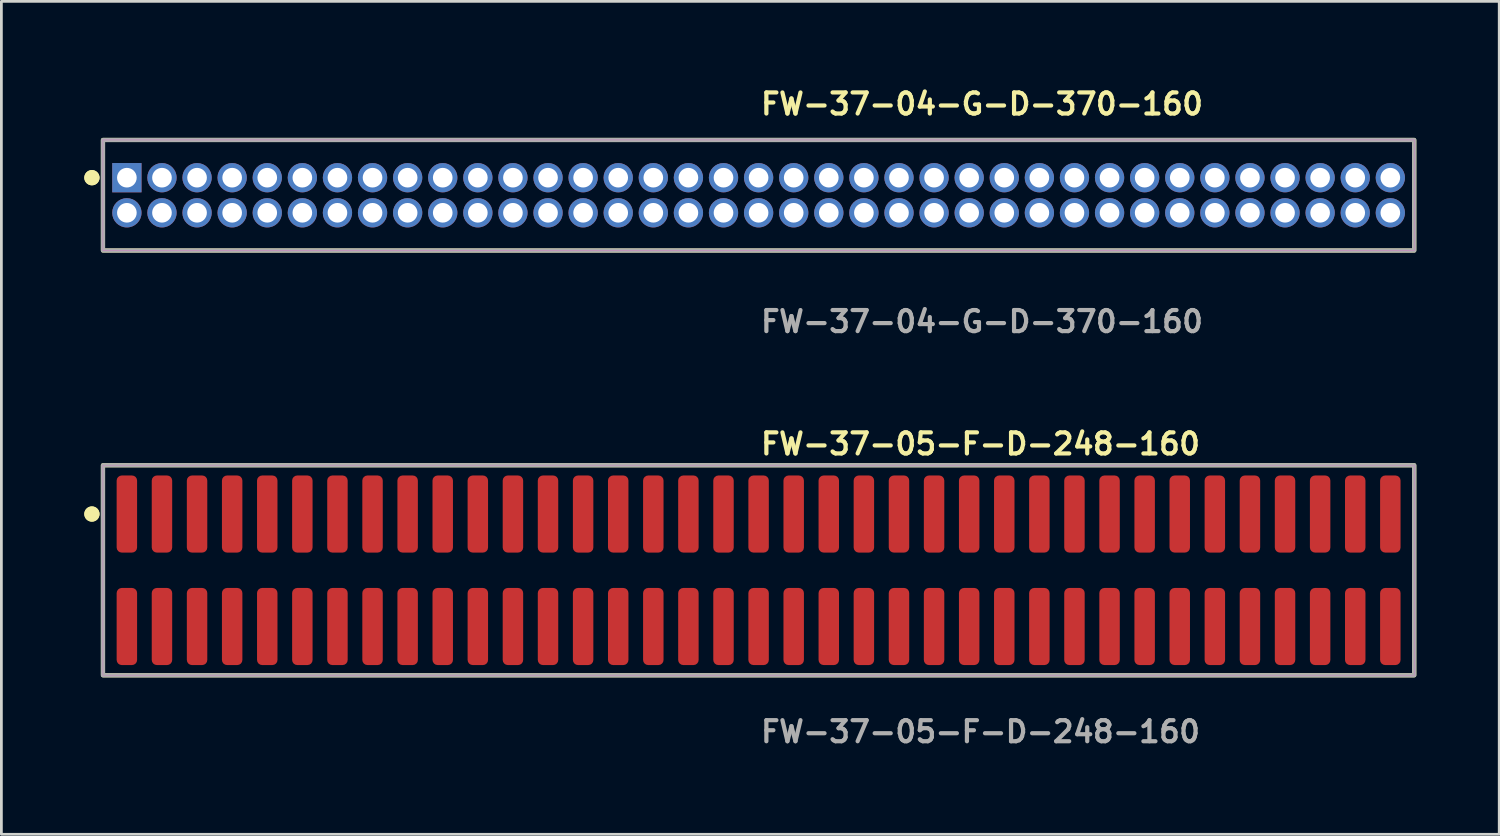
<source format=kicad_pcb>
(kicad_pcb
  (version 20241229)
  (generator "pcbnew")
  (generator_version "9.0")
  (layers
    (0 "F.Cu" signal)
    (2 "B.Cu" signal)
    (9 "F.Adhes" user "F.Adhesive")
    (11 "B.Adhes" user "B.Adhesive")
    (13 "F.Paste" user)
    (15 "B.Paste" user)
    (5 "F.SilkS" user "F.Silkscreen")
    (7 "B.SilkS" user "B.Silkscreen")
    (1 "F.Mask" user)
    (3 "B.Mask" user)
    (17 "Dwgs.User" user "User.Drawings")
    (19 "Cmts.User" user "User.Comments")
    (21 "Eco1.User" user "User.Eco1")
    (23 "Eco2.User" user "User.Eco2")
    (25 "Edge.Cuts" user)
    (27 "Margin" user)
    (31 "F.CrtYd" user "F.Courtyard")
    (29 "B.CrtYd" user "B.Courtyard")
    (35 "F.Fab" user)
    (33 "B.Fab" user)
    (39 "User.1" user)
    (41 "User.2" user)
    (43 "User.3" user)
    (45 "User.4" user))
  (footprint "FW-37-05-F-D-248-160"
    (layer "F.Cu")
    (at 24.401 17.586)
    (property "Reference" "FW-37-05-F-D-248-160" (at 0 -4.572 0) (unlocked yes) (layer "F.SilkS") (effects (font (size 0.762 0.762) (thickness 0.152)) (justify left)))
    (fp_rect (start -23.725 3.8) (end 23.725 -3.8) (stroke (width 0.152) (type solid)) (fill no) (layer "F.SilkS"))
    (fp_circle (center -24.125 -2.035) (end -24.325 -2.035) (stroke (width 0.152) (type solid)) (fill yes) (layer "F.SilkS"))
    (fp_circle (center -24.125 -2.035) (end -24.325 -2.035) (stroke (width 0.152) (type solid)) (fill yes) (layer "F.SilkS"))
    (fp_rect (start -23.725 3.8) (end 23.725 -3.8) (stroke (width 0.006) (type solid)) (fill no) (layer "F.CrtYd"))
    (fp_rect (start -23.725 3.8) (end 23.725 -3.8) (stroke (width 0.152) (type solid)) (fill no) (layer "F.Fab"))
    (fp_text user "${REFERENCE}" (at 0 5.842 0) (unlocked yes) (layer "F.Fab") (effects (font (size 0.762 0.762) (thickness 0.152)) (justify left)))
    (pad "1" smd roundrect (at -22.86 -2.035) (size 0.74 2.79) (layers "F.Cu" "F.Paste") (roundrect_rratio 0.25))
    (pad "2" smd roundrect (at -22.86 2.035) (size 0.74 2.79) (layers "F.Cu" "F.Paste") (roundrect_rratio 0.25))
    (pad "3" smd roundrect (at -21.59 -2.035) (size 0.74 2.79) (layers "F.Cu" "F.Paste") (roundrect_rratio 0.25))
    (pad "4" smd roundrect (at -21.59 2.035) (size 0.74 2.79) (layers "F.Cu" "F.Paste") (roundrect_rratio 0.25))
    (pad "5" smd roundrect (at -20.32 -2.035) (size 0.74 2.79) (layers "F.Cu" "F.Paste") (roundrect_rratio 0.25))
    (pad "6" smd roundrect (at -20.32 2.035) (size 0.74 2.79) (layers "F.Cu" "F.Paste") (roundrect_rratio 0.25))
    (pad "7" smd roundrect (at -19.05 -2.035) (size 0.74 2.79) (layers "F.Cu" "F.Paste") (roundrect_rratio 0.25))
    (pad "8" smd roundrect (at -19.05 2.035) (size 0.74 2.79) (layers "F.Cu" "F.Paste") (roundrect_rratio 0.25))
    (pad "9" smd roundrect (at -17.78 -2.035) (size 0.74 2.79) (layers "F.Cu" "F.Paste") (roundrect_rratio 0.25))
    (pad "10" smd roundrect (at -17.78 2.035) (size 0.74 2.79) (layers "F.Cu" "F.Paste") (roundrect_rratio 0.25))
    (pad "11" smd roundrect (at -16.51 -2.035) (size 0.74 2.79) (layers "F.Cu" "F.Paste") (roundrect_rratio 0.25))
    (pad "12" smd roundrect (at -16.51 2.035) (size 0.74 2.79) (layers "F.Cu" "F.Paste") (roundrect_rratio 0.25))
    (pad "13" smd roundrect (at -15.24 -2.035) (size 0.74 2.79) (layers "F.Cu" "F.Paste") (roundrect_rratio 0.25))
    (pad "14" smd roundrect (at -15.24 2.035) (size 0.74 2.79) (layers "F.Cu" "F.Paste") (roundrect_rratio 0.25))
    (pad "15" smd roundrect (at -13.97 -2.035) (size 0.74 2.79) (layers "F.Cu" "F.Paste") (roundrect_rratio 0.25))
    (pad "16" smd roundrect (at -13.97 2.035) (size 0.74 2.79) (layers "F.Cu" "F.Paste") (roundrect_rratio 0.25))
    (pad "17" smd roundrect (at -12.7 -2.035) (size 0.74 2.79) (layers "F.Cu" "F.Paste") (roundrect_rratio 0.25))
    (pad "18" smd roundrect (at -12.7 2.035) (size 0.74 2.79) (layers "F.Cu" "F.Paste") (roundrect_rratio 0.25))
    (pad "19" smd roundrect (at -11.43 -2.035) (size 0.74 2.79) (layers "F.Cu" "F.Paste") (roundrect_rratio 0.25))
    (pad "20" smd roundrect (at -11.43 2.035) (size 0.74 2.79) (layers "F.Cu" "F.Paste") (roundrect_rratio 0.25))
    (pad "21" smd roundrect (at -10.16 -2.035) (size 0.74 2.79) (layers "F.Cu" "F.Paste") (roundrect_rratio 0.25))
    (pad "22" smd roundrect (at -10.16 2.035) (size 0.74 2.79) (layers "F.Cu" "F.Paste") (roundrect_rratio 0.25))
    (pad "23" smd roundrect (at -8.89 -2.035) (size 0.74 2.79) (layers "F.Cu" "F.Paste") (roundrect_rratio 0.25))
    (pad "24" smd roundrect (at -8.89 2.035) (size 0.74 2.79) (layers "F.Cu" "F.Paste") (roundrect_rratio 0.25))
    (pad "25" smd roundrect (at -7.62 -2.035) (size 0.74 2.79) (layers "F.Cu" "F.Paste") (roundrect_rratio 0.25))
    (pad "26" smd roundrect (at -7.62 2.035) (size 0.74 2.79) (layers "F.Cu" "F.Paste") (roundrect_rratio 0.25))
    (pad "27" smd roundrect (at -6.35 -2.035) (size 0.74 2.79) (layers "F.Cu" "F.Paste") (roundrect_rratio 0.25))
    (pad "28" smd roundrect (at -6.35 2.035) (size 0.74 2.79) (layers "F.Cu" "F.Paste") (roundrect_rratio 0.25))
    (pad "29" smd roundrect (at -5.08 -2.035) (size 0.74 2.79) (layers "F.Cu" "F.Paste") (roundrect_rratio 0.25))
    (pad "30" smd roundrect (at -5.08 2.035) (size 0.74 2.79) (layers "F.Cu" "F.Paste") (roundrect_rratio 0.25))
    (pad "31" smd roundrect (at -3.81 -2.035) (size 0.74 2.79) (layers "F.Cu" "F.Paste") (roundrect_rratio 0.25))
    (pad "32" smd roundrect (at -3.81 2.035) (size 0.74 2.79) (layers "F.Cu" "F.Paste") (roundrect_rratio 0.25))
    (pad "33" smd roundrect (at -2.54 -2.035) (size 0.74 2.79) (layers "F.Cu" "F.Paste") (roundrect_rratio 0.25))
    (pad "34" smd roundrect (at -2.54 2.035) (size 0.74 2.79) (layers "F.Cu" "F.Paste") (roundrect_rratio 0.25))
    (pad "35" smd roundrect (at -1.27 -2.035) (size 0.74 2.79) (layers "F.Cu" "F.Paste") (roundrect_rratio 0.25))
    (pad "36" smd roundrect (at -1.27 2.035) (size 0.74 2.79) (layers "F.Cu" "F.Paste") (roundrect_rratio 0.25))
    (pad "37" smd roundrect (at 0 -2.035) (size 0.74 2.79) (layers "F.Cu" "F.Paste") (roundrect_rratio 0.25))
    (pad "38" smd roundrect (at 0 2.035) (size 0.74 2.79) (layers "F.Cu" "F.Paste") (roundrect_rratio 0.25))
    (pad "39" smd roundrect (at 1.27 -2.035) (size 0.74 2.79) (layers "F.Cu" "F.Paste") (roundrect_rratio 0.25))
    (pad "40" smd roundrect (at 1.27 2.035) (size 0.74 2.79) (layers "F.Cu" "F.Paste") (roundrect_rratio 0.25))
    (pad "41" smd roundrect (at 2.54 -2.035) (size 0.74 2.79) (layers "F.Cu" "F.Paste") (roundrect_rratio 0.25))
    (pad "42" smd roundrect (at 2.54 2.035) (size 0.74 2.79) (layers "F.Cu" "F.Paste") (roundrect_rratio 0.25))
    (pad "43" smd roundrect (at 3.81 -2.035) (size 0.74 2.79) (layers "F.Cu" "F.Paste") (roundrect_rratio 0.25))
    (pad "44" smd roundrect (at 3.81 2.035) (size 0.74 2.79) (layers "F.Cu" "F.Paste") (roundrect_rratio 0.25))
    (pad "45" smd roundrect (at 5.08 -2.035) (size 0.74 2.79) (layers "F.Cu" "F.Paste") (roundrect_rratio 0.25))
    (pad "46" smd roundrect (at 5.08 2.035) (size 0.74 2.79) (layers "F.Cu" "F.Paste") (roundrect_rratio 0.25))
    (pad "47" smd roundrect (at 6.35 -2.035) (size 0.74 2.79) (layers "F.Cu" "F.Paste") (roundrect_rratio 0.25))
    (pad "48" smd roundrect (at 6.35 2.035) (size 0.74 2.79) (layers "F.Cu" "F.Paste") (roundrect_rratio 0.25))
    (pad "49" smd roundrect (at 7.62 -2.035) (size 0.74 2.79) (layers "F.Cu" "F.Paste") (roundrect_rratio 0.25))
    (pad "50" smd roundrect (at 7.62 2.035) (size 0.74 2.79) (layers "F.Cu" "F.Paste") (roundrect_rratio 0.25))
    (pad "51" smd roundrect (at 8.89 -2.035) (size 0.74 2.79) (layers "F.Cu" "F.Paste") (roundrect_rratio 0.25))
    (pad "52" smd roundrect (at 8.89 2.035) (size 0.74 2.79) (layers "F.Cu" "F.Paste") (roundrect_rratio 0.25))
    (pad "53" smd roundrect (at 10.16 -2.035) (size 0.74 2.79) (layers "F.Cu" "F.Paste") (roundrect_rratio 0.25))
    (pad "54" smd roundrect (at 10.16 2.035) (size 0.74 2.79) (layers "F.Cu" "F.Paste") (roundrect_rratio 0.25))
    (pad "55" smd roundrect (at 11.43 -2.035) (size 0.74 2.79) (layers "F.Cu" "F.Paste") (roundrect_rratio 0.25))
    (pad "56" smd roundrect (at 11.43 2.035) (size 0.74 2.79) (layers "F.Cu" "F.Paste") (roundrect_rratio 0.25))
    (pad "57" smd roundrect (at 12.7 -2.035) (size 0.74 2.79) (layers "F.Cu" "F.Paste") (roundrect_rratio 0.25))
    (pad "58" smd roundrect (at 12.7 2.035) (size 0.74 2.79) (layers "F.Cu" "F.Paste") (roundrect_rratio 0.25))
    (pad "59" smd roundrect (at 13.97 -2.035) (size 0.74 2.79) (layers "F.Cu" "F.Paste") (roundrect_rratio 0.25))
    (pad "60" smd roundrect (at 13.97 2.035) (size 0.74 2.79) (layers "F.Cu" "F.Paste") (roundrect_rratio 0.25))
    (pad "61" smd roundrect (at 15.24 -2.035) (size 0.74 2.79) (layers "F.Cu" "F.Paste") (roundrect_rratio 0.25))
    (pad "62" smd roundrect (at 15.24 2.035) (size 0.74 2.79) (layers "F.Cu" "F.Paste") (roundrect_rratio 0.25))
    (pad "63" smd roundrect (at 16.51 -2.035) (size 0.74 2.79) (layers "F.Cu" "F.Paste") (roundrect_rratio 0.25))
    (pad "64" smd roundrect (at 16.51 2.035) (size 0.74 2.79) (layers "F.Cu" "F.Paste") (roundrect_rratio 0.25))
    (pad "65" smd roundrect (at 17.78 -2.035) (size 0.74 2.79) (layers "F.Cu" "F.Paste") (roundrect_rratio 0.25))
    (pad "66" smd roundrect (at 17.78 2.035) (size 0.74 2.79) (layers "F.Cu" "F.Paste") (roundrect_rratio 0.25))
    (pad "67" smd roundrect (at 19.05 -2.035) (size 0.74 2.79) (layers "F.Cu" "F.Paste") (roundrect_rratio 0.25))
    (pad "68" smd roundrect (at 19.05 2.035) (size 0.74 2.79) (layers "F.Cu" "F.Paste") (roundrect_rratio 0.25))
    (pad "69" smd roundrect (at 20.32 -2.035) (size 0.74 2.79) (layers "F.Cu" "F.Paste") (roundrect_rratio 0.25))
    (pad "70" smd roundrect (at 20.32 2.035) (size 0.74 2.79) (layers "F.Cu" "F.Paste") (roundrect_rratio 0.25))
    (pad "71" smd roundrect (at 21.59 -2.035) (size 0.74 2.79) (layers "F.Cu" "F.Paste") (roundrect_rratio 0.25))
    (pad "72" smd roundrect (at 21.59 2.035) (size 0.74 2.79) (layers "F.Cu" "F.Paste") (roundrect_rratio 0.25))
    (pad "73" smd roundrect (at 22.86 -2.035) (size 0.74 2.79) (layers "F.Cu" "F.Paste") (roundrect_rratio 0.25))
    (pad "74" smd roundrect (at 22.86 2.035) (size 0.74 2.79) (layers "F.Cu" "F.Paste") (roundrect_rratio 0.25)))
  (footprint "FW-37-04-G-D-370-160"
    (layer "F.Cu")
    (at 24.401 4.015)
    (property "Reference" "FW-37-04-G-D-370-160" (at 0 -3.302 0) (unlocked yes) (layer "F.SilkS") (effects (font (size 0.762 0.762) (thickness 0.152)) (justify left)))
    (fp_rect (start -23.725 2) (end 23.725 -2) (stroke (width 0.152) (type solid)) (fill no) (layer "F.SilkS"))
    (fp_circle (center -24.125 -0.635) (end -24.325 -0.635) (stroke (width 0.152) (type solid)) (fill yes) (layer "F.SilkS"))
    (fp_circle (center -24.125 -0.635) (end -24.325 -0.635) (stroke (width 0.152) (type solid)) (fill yes) (layer "F.SilkS"))
    (fp_rect (start -23.725 2) (end 23.725 -2) (stroke (width 0.006) (type solid)) (fill no) (layer "F.CrtYd"))
    (fp_rect (start -23.725 2) (end 23.725 -2) (stroke (width 0.152) (type solid)) (fill no) (layer "F.Fab"))
    (fp_text user "${REFERENCE}" (at 0 4.572 0) (unlocked yes) (layer "F.Fab") (effects (font (size 0.762 0.762) (thickness 0.152)) (justify left)))
    (pad "1" thru_hole rect (at -22.86 -0.635) (size 1.06 1.06) (drill 0.71) (layers "*.Cu" "*.Mask"))
    (pad "2" thru_hole circle (at -22.86 0.635) (size 1.06 1.06) (drill 0.71) (layers "*.Cu" "*.Mask"))
    (pad "3" thru_hole circle (at -21.59 -0.635) (size 1.06 1.06) (drill 0.71) (layers "*.Cu" "*.Mask"))
    (pad "4" thru_hole circle (at -21.59 0.635) (size 1.06 1.06) (drill 0.71) (layers "*.Cu" "*.Mask"))
    (pad "5" thru_hole circle (at -20.32 -0.635) (size 1.06 1.06) (drill 0.71) (layers "*.Cu" "*.Mask"))
    (pad "6" thru_hole circle (at -20.32 0.635) (size 1.06 1.06) (drill 0.71) (layers "*.Cu" "*.Mask"))
    (pad "7" thru_hole circle (at -19.05 -0.635) (size 1.06 1.06) (drill 0.71) (layers "*.Cu" "*.Mask"))
    (pad "8" thru_hole circle (at -19.05 0.635) (size 1.06 1.06) (drill 0.71) (layers "*.Cu" "*.Mask"))
    (pad "9" thru_hole circle (at -17.78 -0.635) (size 1.06 1.06) (drill 0.71) (layers "*.Cu" "*.Mask"))
    (pad "10" thru_hole circle (at -17.78 0.635) (size 1.06 1.06) (drill 0.71) (layers "*.Cu" "*.Mask"))
    (pad "11" thru_hole circle (at -16.51 -0.635) (size 1.06 1.06) (drill 0.71) (layers "*.Cu" "*.Mask"))
    (pad "12" thru_hole circle (at -16.51 0.635) (size 1.06 1.06) (drill 0.71) (layers "*.Cu" "*.Mask"))
    (pad "13" thru_hole circle (at -15.24 -0.635) (size 1.06 1.06) (drill 0.71) (layers "*.Cu" "*.Mask"))
    (pad "14" thru_hole circle (at -15.24 0.635) (size 1.06 1.06) (drill 0.71) (layers "*.Cu" "*.Mask"))
    (pad "15" thru_hole circle (at -13.97 -0.635) (size 1.06 1.06) (drill 0.71) (layers "*.Cu" "*.Mask"))
    (pad "16" thru_hole circle (at -13.97 0.635) (size 1.06 1.06) (drill 0.71) (layers "*.Cu" "*.Mask"))
    (pad "17" thru_hole circle (at -12.7 -0.635) (size 1.06 1.06) (drill 0.71) (layers "*.Cu" "*.Mask"))
    (pad "18" thru_hole circle (at -12.7 0.635) (size 1.06 1.06) (drill 0.71) (layers "*.Cu" "*.Mask"))
    (pad "19" thru_hole circle (at -11.43 -0.635) (size 1.06 1.06) (drill 0.71) (layers "*.Cu" "*.Mask"))
    (pad "20" thru_hole circle (at -11.43 0.635) (size 1.06 1.06) (drill 0.71) (layers "*.Cu" "*.Mask"))
    (pad "21" thru_hole circle (at -10.16 -0.635) (size 1.06 1.06) (drill 0.71) (layers "*.Cu" "*.Mask"))
    (pad "22" thru_hole circle (at -10.16 0.635) (size 1.06 1.06) (drill 0.71) (layers "*.Cu" "*.Mask"))
    (pad "23" thru_hole circle (at -8.89 -0.635) (size 1.06 1.06) (drill 0.71) (layers "*.Cu" "*.Mask"))
    (pad "24" thru_hole circle (at -8.89 0.635) (size 1.06 1.06) (drill 0.71) (layers "*.Cu" "*.Mask"))
    (pad "25" thru_hole circle (at -7.62 -0.635) (size 1.06 1.06) (drill 0.71) (layers "*.Cu" "*.Mask"))
    (pad "26" thru_hole circle (at -7.62 0.635) (size 1.06 1.06) (drill 0.71) (layers "*.Cu" "*.Mask"))
    (pad "27" thru_hole circle (at -6.35 -0.635) (size 1.06 1.06) (drill 0.71) (layers "*.Cu" "*.Mask"))
    (pad "28" thru_hole circle (at -6.35 0.635) (size 1.06 1.06) (drill 0.71) (layers "*.Cu" "*.Mask"))
    (pad "29" thru_hole circle (at -5.08 -0.635) (size 1.06 1.06) (drill 0.71) (layers "*.Cu" "*.Mask"))
    (pad "30" thru_hole circle (at -5.08 0.635) (size 1.06 1.06) (drill 0.71) (layers "*.Cu" "*.Mask"))
    (pad "31" thru_hole circle (at -3.81 -0.635) (size 1.06 1.06) (drill 0.71) (layers "*.Cu" "*.Mask"))
    (pad "32" thru_hole circle (at -3.81 0.635) (size 1.06 1.06) (drill 0.71) (layers "*.Cu" "*.Mask"))
    (pad "33" thru_hole circle (at -2.54 -0.635) (size 1.06 1.06) (drill 0.71) (layers "*.Cu" "*.Mask"))
    (pad "34" thru_hole circle (at -2.54 0.635) (size 1.06 1.06) (drill 0.71) (layers "*.Cu" "*.Mask"))
    (pad "35" thru_hole circle (at -1.27 -0.635) (size 1.06 1.06) (drill 0.71) (layers "*.Cu" "*.Mask"))
    (pad "36" thru_hole circle (at -1.27 0.635) (size 1.06 1.06) (drill 0.71) (layers "*.Cu" "*.Mask"))
    (pad "37" thru_hole circle (at 0 -0.635) (size 1.06 1.06) (drill 0.71) (layers "*.Cu" "*.Mask"))
    (pad "38" thru_hole circle (at 0 0.635) (size 1.06 1.06) (drill 0.71) (layers "*.Cu" "*.Mask"))
    (pad "39" thru_hole circle (at 1.27 -0.635) (size 1.06 1.06) (drill 0.71) (layers "*.Cu" "*.Mask"))
    (pad "40" thru_hole circle (at 1.27 0.635) (size 1.06 1.06) (drill 0.71) (layers "*.Cu" "*.Mask"))
    (pad "41" thru_hole circle (at 2.54 -0.635) (size 1.06 1.06) (drill 0.71) (layers "*.Cu" "*.Mask"))
    (pad "42" thru_hole circle (at 2.54 0.635) (size 1.06 1.06) (drill 0.71) (layers "*.Cu" "*.Mask"))
    (pad "43" thru_hole circle (at 3.81 -0.635) (size 1.06 1.06) (drill 0.71) (layers "*.Cu" "*.Mask"))
    (pad "44" thru_hole circle (at 3.81 0.635) (size 1.06 1.06) (drill 0.71) (layers "*.Cu" "*.Mask"))
    (pad "45" thru_hole circle (at 5.08 -0.635) (size 1.06 1.06) (drill 0.71) (layers "*.Cu" "*.Mask"))
    (pad "46" thru_hole circle (at 5.08 0.635) (size 1.06 1.06) (drill 0.71) (layers "*.Cu" "*.Mask"))
    (pad "47" thru_hole circle (at 6.35 -0.635) (size 1.06 1.06) (drill 0.71) (layers "*.Cu" "*.Mask"))
    (pad "48" thru_hole circle (at 6.35 0.635) (size 1.06 1.06) (drill 0.71) (layers "*.Cu" "*.Mask"))
    (pad "49" thru_hole circle (at 7.62 -0.635) (size 1.06 1.06) (drill 0.71) (layers "*.Cu" "*.Mask"))
    (pad "50" thru_hole circle (at 7.62 0.635) (size 1.06 1.06) (drill 0.71) (layers "*.Cu" "*.Mask"))
    (pad "51" thru_hole circle (at 8.89 -0.635) (size 1.06 1.06) (drill 0.71) (layers "*.Cu" "*.Mask"))
    (pad "52" thru_hole circle (at 8.89 0.635) (size 1.06 1.06) (drill 0.71) (layers "*.Cu" "*.Mask"))
    (pad "53" thru_hole circle (at 10.16 -0.635) (size 1.06 1.06) (drill 0.71) (layers "*.Cu" "*.Mask"))
    (pad "54" thru_hole circle (at 10.16 0.635) (size 1.06 1.06) (drill 0.71) (layers "*.Cu" "*.Mask"))
    (pad "55" thru_hole circle (at 11.43 -0.635) (size 1.06 1.06) (drill 0.71) (layers "*.Cu" "*.Mask"))
    (pad "56" thru_hole circle (at 11.43 0.635) (size 1.06 1.06) (drill 0.71) (layers "*.Cu" "*.Mask"))
    (pad "57" thru_hole circle (at 12.7 -0.635) (size 1.06 1.06) (drill 0.71) (layers "*.Cu" "*.Mask"))
    (pad "58" thru_hole circle (at 12.7 0.635) (size 1.06 1.06) (drill 0.71) (layers "*.Cu" "*.Mask"))
    (pad "59" thru_hole circle (at 13.97 -0.635) (size 1.06 1.06) (drill 0.71) (layers "*.Cu" "*.Mask"))
    (pad "60" thru_hole circle (at 13.97 0.635) (size 1.06 1.06) (drill 0.71) (layers "*.Cu" "*.Mask"))
    (pad "61" thru_hole circle (at 15.24 -0.635) (size 1.06 1.06) (drill 0.71) (layers "*.Cu" "*.Mask"))
    (pad "62" thru_hole circle (at 15.24 0.635) (size 1.06 1.06) (drill 0.71) (layers "*.Cu" "*.Mask"))
    (pad "63" thru_hole circle (at 16.51 -0.635) (size 1.06 1.06) (drill 0.71) (layers "*.Cu" "*.Mask"))
    (pad "64" thru_hole circle (at 16.51 0.635) (size 1.06 1.06) (drill 0.71) (layers "*.Cu" "*.Mask"))
    (pad "65" thru_hole circle (at 17.78 -0.635) (size 1.06 1.06) (drill 0.71) (layers "*.Cu" "*.Mask"))
    (pad "66" thru_hole circle (at 17.78 0.635) (size 1.06 1.06) (drill 0.71) (layers "*.Cu" "*.Mask"))
    (pad "67" thru_hole circle (at 19.05 -0.635) (size 1.06 1.06) (drill 0.71) (layers "*.Cu" "*.Mask"))
    (pad "68" thru_hole circle (at 19.05 0.635) (size 1.06 1.06) (drill 0.71) (layers "*.Cu" "*.Mask"))
    (pad "69" thru_hole circle (at 20.32 -0.635) (size 1.06 1.06) (drill 0.71) (layers "*.Cu" "*.Mask"))
    (pad "70" thru_hole circle (at 20.32 0.635) (size 1.06 1.06) (drill 0.71) (layers "*.Cu" "*.Mask"))
    (pad "71" thru_hole circle (at 21.59 -0.635) (size 1.06 1.06) (drill 0.71) (layers "*.Cu" "*.Mask"))
    (pad "72" thru_hole circle (at 21.59 0.635) (size 1.06 1.06) (drill 0.71) (layers "*.Cu" "*.Mask"))
    (pad "73" thru_hole circle (at 22.86 -0.635) (size 1.06 1.06) (drill 0.71) (layers "*.Cu" "*.Mask"))
    (pad "74" thru_hole circle (at 22.86 0.635) (size 1.06 1.06) (drill 0.71) (layers "*.Cu" "*.Mask")))
  (gr_rect
    (start -3 -3)
    (end 51.202 27.141)
    (stroke (width 0.1) (type default))
    (fill no)
    (layer "Edge.Cuts")))
</source>
